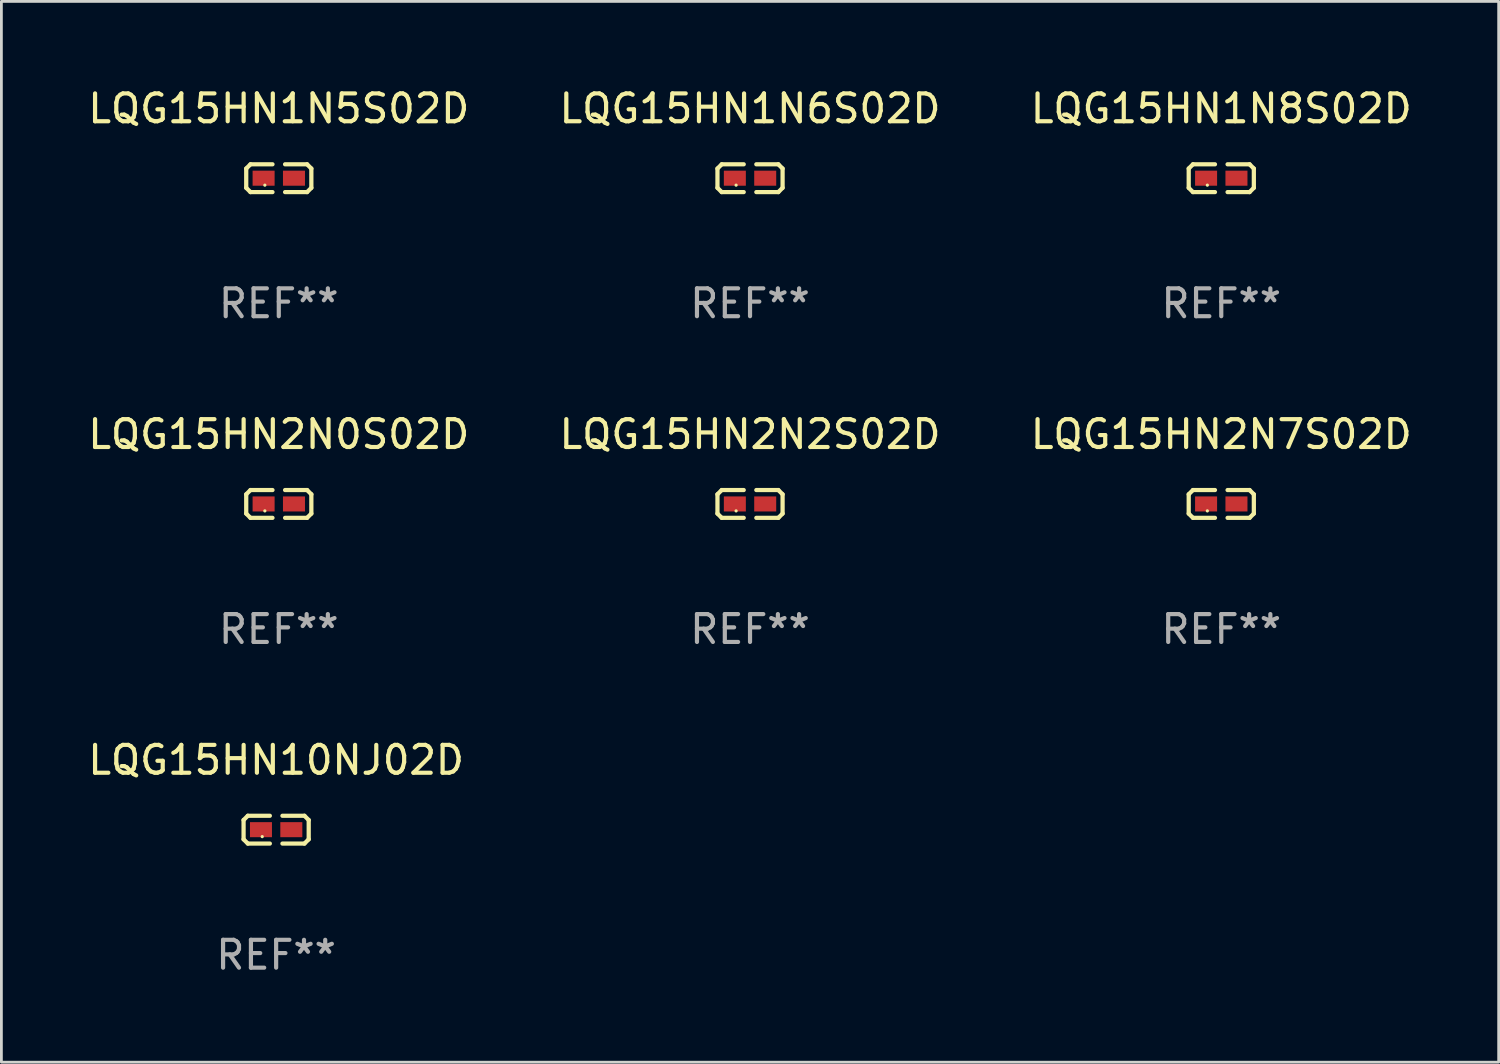
<source format=kicad_pcb>
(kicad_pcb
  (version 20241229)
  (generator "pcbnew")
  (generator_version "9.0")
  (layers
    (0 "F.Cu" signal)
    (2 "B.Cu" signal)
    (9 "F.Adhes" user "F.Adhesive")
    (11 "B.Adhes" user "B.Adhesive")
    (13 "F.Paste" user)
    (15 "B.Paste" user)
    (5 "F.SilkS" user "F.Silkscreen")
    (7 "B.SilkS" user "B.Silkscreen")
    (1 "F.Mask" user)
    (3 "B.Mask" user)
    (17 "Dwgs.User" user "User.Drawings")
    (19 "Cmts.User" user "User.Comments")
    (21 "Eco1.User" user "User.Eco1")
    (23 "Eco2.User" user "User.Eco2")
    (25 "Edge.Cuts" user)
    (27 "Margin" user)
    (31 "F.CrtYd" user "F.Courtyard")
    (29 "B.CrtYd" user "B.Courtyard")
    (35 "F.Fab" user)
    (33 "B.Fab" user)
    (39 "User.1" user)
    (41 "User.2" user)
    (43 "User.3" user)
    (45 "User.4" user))
  (footprint "LQG15HN2N0S02D"
    (layer "F.Cu")
    (at 6.958 15.041)
    (property "Reference" "LQG15HN2N0S02D" (at 0 -2.499 0) (layer "F.SilkS") (effects (font (size 1 1) (thickness 0.15))))
    (attr through_hole)
    (fp_line (start -1.169 -0.346) (end -1.016 -0.499) (stroke (width 0.152) (type solid)) (layer "F.SilkS"))
    (fp_line (start -1.169 0.346) (end -1.169 -0.346) (stroke (width 0.152) (type solid)) (layer "F.SilkS"))
    (fp_line (start -1.016 -0.499) (end -0.226 -0.499) (stroke (width 0.152) (type solid)) (layer "F.SilkS"))
    (fp_line (start -1.016 0.499) (end -1.169 0.346) (stroke (width 0.152) (type solid)) (layer "F.SilkS"))
    (fp_line (start -0.226 0.499) (end -1.016 0.499) (stroke (width 0.152) (type solid)) (layer "F.SilkS"))
    (fp_line (start 0.226 0.499) (end 1.016 0.499) (stroke (width 0.152) (type solid)) (layer "F.SilkS"))
    (fp_line (start 1.016 -0.499) (end 0.226 -0.499) (stroke (width 0.152) (type solid)) (layer "F.SilkS"))
    (fp_line (start 1.016 0.499) (end 1.169 0.346) (stroke (width 0.152) (type solid)) (layer "F.SilkS"))
    (fp_line (start 1.169 -0.346) (end 1.016 -0.499) (stroke (width 0.152) (type solid)) (layer "F.SilkS"))
    (fp_line (start 1.169 0.346) (end 1.169 -0.346) (stroke (width 0.152) (type solid)) (layer "F.SilkS"))
    (fp_circle (center -0.5 0.25) (end -0.47 0.25) (stroke (width 0.06) (type solid)) (fill no) (layer "F.SilkS"))
    (fp_text user "REF**" (at 0 4.499 0) (layer "F.Fab") (effects (font (size 1 1) (thickness 0.15))))
    (pad "1" smd rect (at -0.545 0) (size 0.79 0.54) (layers "F.Cu" "F.Mask" "F.Paste"))
    (pad "2" smd rect (at 0.545 0) (size 0.79 0.54) (layers "F.Cu" "F.Mask" "F.Paste")))
  (footprint "LQG15HN1N8S02D"
    (layer "F.Cu")
    (at 40.792 3.347)
    (property "Reference" "LQG15HN1N8S02D" (at 0 -2.499 0) (layer "F.SilkS") (effects (font (size 1 1) (thickness 0.15))))
    (attr through_hole)
    (fp_line (start -1.169 -0.346) (end -1.016 -0.499) (stroke (width 0.152) (type solid)) (layer "F.SilkS"))
    (fp_line (start -1.169 0.346) (end -1.169 -0.346) (stroke (width 0.152) (type solid)) (layer "F.SilkS"))
    (fp_line (start -1.016 -0.499) (end -0.226 -0.499) (stroke (width 0.152) (type solid)) (layer "F.SilkS"))
    (fp_line (start -1.016 0.499) (end -1.169 0.346) (stroke (width 0.152) (type solid)) (layer "F.SilkS"))
    (fp_line (start -0.226 0.499) (end -1.016 0.499) (stroke (width 0.152) (type solid)) (layer "F.SilkS"))
    (fp_line (start 0.226 0.499) (end 1.016 0.499) (stroke (width 0.152) (type solid)) (layer "F.SilkS"))
    (fp_line (start 1.016 -0.499) (end 0.226 -0.499) (stroke (width 0.152) (type solid)) (layer "F.SilkS"))
    (fp_line (start 1.016 0.499) (end 1.169 0.346) (stroke (width 0.152) (type solid)) (layer "F.SilkS"))
    (fp_line (start 1.169 -0.346) (end 1.016 -0.499) (stroke (width 0.152) (type solid)) (layer "F.SilkS"))
    (fp_line (start 1.169 0.346) (end 1.169 -0.346) (stroke (width 0.152) (type solid)) (layer "F.SilkS"))
    (fp_circle (center -0.5 0.25) (end -0.47 0.25) (stroke (width 0.06) (type solid)) (fill no) (layer "F.SilkS"))
    (fp_text user "REF**" (at 0 4.499 0) (layer "F.Fab") (effects (font (size 1 1) (thickness 0.15))))
    (pad "1" smd rect (at -0.545 0) (size 0.79 0.54) (layers "F.Cu" "F.Mask" "F.Paste"))
    (pad "2" smd rect (at 0.545 0) (size 0.79 0.54) (layers "F.Cu" "F.Mask" "F.Paste")))
  (footprint "LQG15HN10NJ02D"
    (layer "F.Cu")
    (at 6.863 26.734)
    (property "Reference" "LQG15HN10NJ02D" (at 0 -2.499 0) (layer "F.SilkS") (effects (font (size 1 1) (thickness 0.15))))
    (attr through_hole)
    (fp_line (start -1.169 -0.346) (end -1.016 -0.499) (stroke (width 0.152) (type solid)) (layer "F.SilkS"))
    (fp_line (start -1.169 0.346) (end -1.169 -0.346) (stroke (width 0.152) (type solid)) (layer "F.SilkS"))
    (fp_line (start -1.016 -0.499) (end -0.226 -0.499) (stroke (width 0.152) (type solid)) (layer "F.SilkS"))
    (fp_line (start -1.016 0.499) (end -1.169 0.346) (stroke (width 0.152) (type solid)) (layer "F.SilkS"))
    (fp_line (start -0.226 0.499) (end -1.016 0.499) (stroke (width 0.152) (type solid)) (layer "F.SilkS"))
    (fp_line (start 0.226 0.499) (end 1.016 0.499) (stroke (width 0.152) (type solid)) (layer "F.SilkS"))
    (fp_line (start 1.016 -0.499) (end 0.226 -0.499) (stroke (width 0.152) (type solid)) (layer "F.SilkS"))
    (fp_line (start 1.016 0.499) (end 1.169 0.346) (stroke (width 0.152) (type solid)) (layer "F.SilkS"))
    (fp_line (start 1.169 -0.346) (end 1.016 -0.499) (stroke (width 0.152) (type solid)) (layer "F.SilkS"))
    (fp_line (start 1.169 0.346) (end 1.169 -0.346) (stroke (width 0.152) (type solid)) (layer "F.SilkS"))
    (fp_circle (center -0.5 0.25) (end -0.47 0.25) (stroke (width 0.06) (type solid)) (fill no) (layer "F.SilkS"))
    (fp_text user "REF**" (at 0 4.499 0) (layer "F.Fab") (effects (font (size 1 1) (thickness 0.15))))
    (pad "1" smd rect (at -0.545 0) (size 0.79 0.54) (layers "F.Cu" "F.Mask" "F.Paste"))
    (pad "2" smd rect (at 0.545 0) (size 0.79 0.54) (layers "F.Cu" "F.Mask" "F.Paste")))
  (footprint "LQG15HN2N2S02D"
    (layer "F.Cu")
    (at 23.875 15.041)
    (property "Reference" "LQG15HN2N2S02D" (at 0 -2.499 0) (layer "F.SilkS") (effects (font (size 1 1) (thickness 0.15))))
    (attr through_hole)
    (fp_line (start -1.169 -0.346) (end -1.016 -0.499) (stroke (width 0.152) (type solid)) (layer "F.SilkS"))
    (fp_line (start -1.169 0.346) (end -1.169 -0.346) (stroke (width 0.152) (type solid)) (layer "F.SilkS"))
    (fp_line (start -1.016 -0.499) (end -0.226 -0.499) (stroke (width 0.152) (type solid)) (layer "F.SilkS"))
    (fp_line (start -1.016 0.499) (end -1.169 0.346) (stroke (width 0.152) (type solid)) (layer "F.SilkS"))
    (fp_line (start -0.226 0.499) (end -1.016 0.499) (stroke (width 0.152) (type solid)) (layer "F.SilkS"))
    (fp_line (start 0.226 0.499) (end 1.016 0.499) (stroke (width 0.152) (type solid)) (layer "F.SilkS"))
    (fp_line (start 1.016 -0.499) (end 0.226 -0.499) (stroke (width 0.152) (type solid)) (layer "F.SilkS"))
    (fp_line (start 1.016 0.499) (end 1.169 0.346) (stroke (width 0.152) (type solid)) (layer "F.SilkS"))
    (fp_line (start 1.169 -0.346) (end 1.016 -0.499) (stroke (width 0.152) (type solid)) (layer "F.SilkS"))
    (fp_line (start 1.169 0.346) (end 1.169 -0.346) (stroke (width 0.152) (type solid)) (layer "F.SilkS"))
    (fp_circle (center -0.5 0.25) (end -0.47 0.25) (stroke (width 0.06) (type solid)) (fill no) (layer "F.SilkS"))
    (fp_text user "REF**" (at 0 4.499 0) (layer "F.Fab") (effects (font (size 1 1) (thickness 0.15))))
    (pad "1" smd rect (at -0.545 0) (size 0.79 0.54) (layers "F.Cu" "F.Mask" "F.Paste"))
    (pad "2" smd rect (at 0.545 0) (size 0.79 0.54) (layers "F.Cu" "F.Mask" "F.Paste")))
  (footprint "LQG15HN1N6S02D"
    (layer "F.Cu")
    (at 23.875 3.347)
    (property "Reference" "LQG15HN1N6S02D" (at 0 -2.499 0) (layer "F.SilkS") (effects (font (size 1 1) (thickness 0.15))))
    (attr through_hole)
    (fp_line (start -1.169 -0.346) (end -1.016 -0.499) (stroke (width 0.152) (type solid)) (layer "F.SilkS"))
    (fp_line (start -1.169 0.346) (end -1.169 -0.346) (stroke (width 0.152) (type solid)) (layer "F.SilkS"))
    (fp_line (start -1.016 -0.499) (end -0.226 -0.499) (stroke (width 0.152) (type solid)) (layer "F.SilkS"))
    (fp_line (start -1.016 0.499) (end -1.169 0.346) (stroke (width 0.152) (type solid)) (layer "F.SilkS"))
    (fp_line (start -0.226 0.499) (end -1.016 0.499) (stroke (width 0.152) (type solid)) (layer "F.SilkS"))
    (fp_line (start 0.226 0.499) (end 1.016 0.499) (stroke (width 0.152) (type solid)) (layer "F.SilkS"))
    (fp_line (start 1.016 -0.499) (end 0.226 -0.499) (stroke (width 0.152) (type solid)) (layer "F.SilkS"))
    (fp_line (start 1.016 0.499) (end 1.169 0.346) (stroke (width 0.152) (type solid)) (layer "F.SilkS"))
    (fp_line (start 1.169 -0.346) (end 1.016 -0.499) (stroke (width 0.152) (type solid)) (layer "F.SilkS"))
    (fp_line (start 1.169 0.346) (end 1.169 -0.346) (stroke (width 0.152) (type solid)) (layer "F.SilkS"))
    (fp_circle (center -0.5 0.25) (end -0.47 0.25) (stroke (width 0.06) (type solid)) (fill no) (layer "F.SilkS"))
    (fp_text user "REF**" (at 0 4.499 0) (layer "F.Fab") (effects (font (size 1 1) (thickness 0.15))))
    (pad "1" smd rect (at -0.545 0) (size 0.79 0.54) (layers "F.Cu" "F.Mask" "F.Paste"))
    (pad "2" smd rect (at 0.545 0) (size 0.79 0.54) (layers "F.Cu" "F.Mask" "F.Paste")))
  (footprint "LQG15HN2N7S02D"
    (layer "F.Cu")
    (at 40.792 15.041)
    (property "Reference" "LQG15HN2N7S02D" (at 0 -2.499 0) (layer "F.SilkS") (effects (font (size 1 1) (thickness 0.15))))
    (attr through_hole)
    (fp_line (start -1.169 -0.346) (end -1.016 -0.499) (stroke (width 0.152) (type solid)) (layer "F.SilkS"))
    (fp_line (start -1.169 0.346) (end -1.169 -0.346) (stroke (width 0.152) (type solid)) (layer "F.SilkS"))
    (fp_line (start -1.016 -0.499) (end -0.226 -0.499) (stroke (width 0.152) (type solid)) (layer "F.SilkS"))
    (fp_line (start -1.016 0.499) (end -1.169 0.346) (stroke (width 0.152) (type solid)) (layer "F.SilkS"))
    (fp_line (start -0.226 0.499) (end -1.016 0.499) (stroke (width 0.152) (type solid)) (layer "F.SilkS"))
    (fp_line (start 0.226 0.499) (end 1.016 0.499) (stroke (width 0.152) (type solid)) (layer "F.SilkS"))
    (fp_line (start 1.016 -0.499) (end 0.226 -0.499) (stroke (width 0.152) (type solid)) (layer "F.SilkS"))
    (fp_line (start 1.016 0.499) (end 1.169 0.346) (stroke (width 0.152) (type solid)) (layer "F.SilkS"))
    (fp_line (start 1.169 -0.346) (end 1.016 -0.499) (stroke (width 0.152) (type solid)) (layer "F.SilkS"))
    (fp_line (start 1.169 0.346) (end 1.169 -0.346) (stroke (width 0.152) (type solid)) (layer "F.SilkS"))
    (fp_circle (center -0.5 0.25) (end -0.47 0.25) (stroke (width 0.06) (type solid)) (fill no) (layer "F.SilkS"))
    (fp_text user "REF**" (at 0 4.499 0) (layer "F.Fab") (effects (font (size 1 1) (thickness 0.15))))
    (pad "1" smd rect (at -0.545 0) (size 0.79 0.54) (layers "F.Cu" "F.Mask" "F.Paste"))
    (pad "2" smd rect (at 0.545 0) (size 0.79 0.54) (layers "F.Cu" "F.Mask" "F.Paste")))
  (footprint "LQG15HN1N5S02D"
    (layer "F.Cu")
    (at 6.958 3.347)
    (property "Reference" "LQG15HN1N5S02D" (at 0 -2.499 0) (layer "F.SilkS") (effects (font (size 1 1) (thickness 0.15))))
    (attr through_hole)
    (fp_line (start -1.169 -0.346) (end -1.016 -0.499) (stroke (width 0.152) (type solid)) (layer "F.SilkS"))
    (fp_line (start -1.169 0.346) (end -1.169 -0.346) (stroke (width 0.152) (type solid)) (layer "F.SilkS"))
    (fp_line (start -1.016 -0.499) (end -0.226 -0.499) (stroke (width 0.152) (type solid)) (layer "F.SilkS"))
    (fp_line (start -1.016 0.499) (end -1.169 0.346) (stroke (width 0.152) (type solid)) (layer "F.SilkS"))
    (fp_line (start -0.226 0.499) (end -1.016 0.499) (stroke (width 0.152) (type solid)) (layer "F.SilkS"))
    (fp_line (start 0.226 0.499) (end 1.016 0.499) (stroke (width 0.152) (type solid)) (layer "F.SilkS"))
    (fp_line (start 1.016 -0.499) (end 0.226 -0.499) (stroke (width 0.152) (type solid)) (layer "F.SilkS"))
    (fp_line (start 1.016 0.499) (end 1.169 0.346) (stroke (width 0.152) (type solid)) (layer "F.SilkS"))
    (fp_line (start 1.169 -0.346) (end 1.016 -0.499) (stroke (width 0.152) (type solid)) (layer "F.SilkS"))
    (fp_line (start 1.169 0.346) (end 1.169 -0.346) (stroke (width 0.152) (type solid)) (layer "F.SilkS"))
    (fp_circle (center -0.5 0.25) (end -0.47 0.25) (stroke (width 0.06) (type solid)) (fill no) (layer "F.SilkS"))
    (fp_text user "REF**" (at 0 4.499 0) (layer "F.Fab") (effects (font (size 1 1) (thickness 0.15))))
    (pad "1" smd rect (at -0.545 0) (size 0.79 0.54) (layers "F.Cu" "F.Mask" "F.Paste"))
    (pad "2" smd rect (at 0.545 0) (size 0.79 0.54) (layers "F.Cu" "F.Mask" "F.Paste")))
  (gr_rect
    (start -3 -3)
    (end 50.75 35.081)
    (stroke (width 0.1) (type default))
    (fill no)
    (layer "Edge.Cuts")))
</source>
